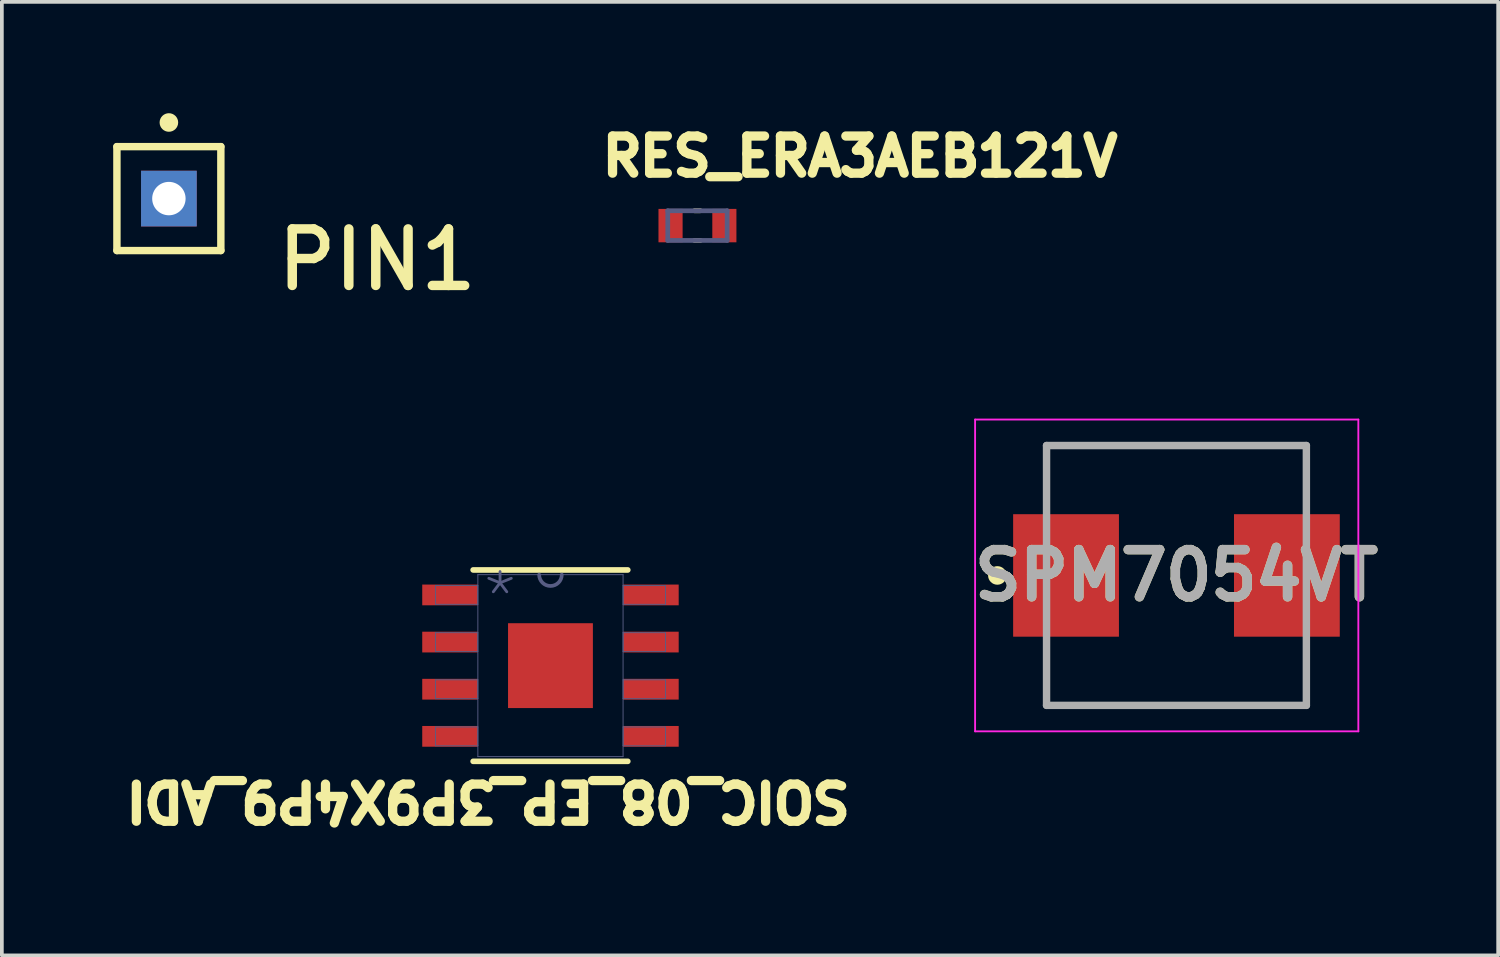
<source format=kicad_pcb>
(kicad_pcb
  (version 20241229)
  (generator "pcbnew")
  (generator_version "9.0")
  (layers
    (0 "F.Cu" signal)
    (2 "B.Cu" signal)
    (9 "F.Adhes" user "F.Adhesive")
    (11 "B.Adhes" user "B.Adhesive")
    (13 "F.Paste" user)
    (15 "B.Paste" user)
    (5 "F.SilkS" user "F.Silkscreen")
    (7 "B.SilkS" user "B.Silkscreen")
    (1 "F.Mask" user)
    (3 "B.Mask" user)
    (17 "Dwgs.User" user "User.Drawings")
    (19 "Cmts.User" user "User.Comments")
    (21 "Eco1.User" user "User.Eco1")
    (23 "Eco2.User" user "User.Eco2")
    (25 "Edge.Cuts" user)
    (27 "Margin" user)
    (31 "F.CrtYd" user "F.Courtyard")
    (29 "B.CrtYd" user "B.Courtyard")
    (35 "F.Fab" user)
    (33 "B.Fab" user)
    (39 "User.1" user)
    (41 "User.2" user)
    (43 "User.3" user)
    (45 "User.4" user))
  (footprint "SPM7054VT"
    (layer "F.Cu")
    (at 28.645 12.453)
    (property "Reference" "SPM7054VT" (at 0 0 0) (layer "F.SilkS") (effects (font (size 1.27 1.27) (thickness 0.254))))
    (attr smd)
    (fp_line (start -3.5 -3.5) (end 3.5 -3.5) (stroke (width 0.1) (type solid)) (layer "F.SilkS"))
    (fp_line (start 3.5 3.5) (end -3.5 3.5) (stroke (width 0.1) (type solid)) (layer "F.SilkS"))
    (fp_circle (center -4.825 0) (end -4.825 0.05) (stroke (width 0.2) (type solid)) (fill no) (layer "F.SilkS"))
    (fp_line (start -5.425 -4.2) (end 4.9 -4.2) (stroke (width 0.05) (type solid)) (layer "F.CrtYd"))
    (fp_line (start -5.425 4.2) (end -5.425 -4.2) (stroke (width 0.05) (type solid)) (layer "F.CrtYd"))
    (fp_line (start 4.9 -4.2) (end 4.9 4.2) (stroke (width 0.05) (type solid)) (layer "F.CrtYd"))
    (fp_line (start 4.9 4.2) (end -5.425 4.2) (stroke (width 0.05) (type solid)) (layer "F.CrtYd"))
    (fp_line (start -3.5 -3.5) (end 3.5 -3.5) (stroke (width 0.2) (type solid)) (layer "F.Fab"))
    (fp_line (start -3.5 3.5) (end -3.5 -3.5) (stroke (width 0.2) (type solid)) (layer "F.Fab"))
    (fp_line (start 3.5 -3.5) (end 3.5 3.5) (stroke (width 0.2) (type solid)) (layer "F.Fab"))
    (fp_line (start 3.5 3.5) (end -3.5 3.5) (stroke (width 0.2) (type solid)) (layer "F.Fab"))
    (fp_text user "${REFERENCE}" (at 0 0 0) (layer "F.Fab") (effects (font (size 1.27 1.27) (thickness 0.254))))
    (pad "1" smd rect (at -2.975 0) (size 2.85 3.3) (layers "F.Cu" "F.Mask" "F.Paste"))
    (pad "2" smd rect (at 2.975 0) (size 2.85 3.3) (layers "F.Cu" "F.Mask" "F.Paste")))
  (footprint "PIN1"
    (layer "F.Cu")
    (at 1.5 2.3)
    (property "Reference" "PIN1" (at 2.794 2.54 0) (unlocked yes) (layer "F.SilkS") (effects (font (size 1.524 1.524) (thickness 0.254)) (justify left bottom)))
    (fp_line (start -1.4 -1.4) (end 1.4 -1.4) (stroke (width 0.2) (type solid)) (layer "F.SilkS"))
    (fp_line (start -1.4 1.4) (end -1.4 -1.4) (stroke (width 0.2) (type solid)) (layer "F.SilkS"))
    (fp_line (start -1.4 1.4) (end 1.4 1.4) (stroke (width 0.2) (type solid)) (layer "F.SilkS"))
    (fp_line (start 1.4 1.4) (end 1.4 -1.4) (stroke (width 0.2) (type solid)) (layer "F.SilkS"))
    (fp_circle (center 0 -2.05) (end 0 -2.175) (stroke (width 0.25) (type solid)) (fill no) (layer "F.SilkS"))
    (pad "1" thru_hole rect (at 0 0) (size 1.5 1.5) (drill 0.9) (layers "*.Cu" "*.Mask")))
  (footprint "SOIC_08_EP_3P9X4P9_ADI"
    (layer "F.Cu")
    (at 11.78 14.883)
    (property "Reference" "SOIC_08_EP_3P9X4P9_ADI" (at 8.199 3.056 180) (unlocked yes) (layer "F.SilkS") (effects (font (size 1 1) (thickness 0.254)) (justify left bottom)))
    (fp_line (start 2.083 -2.578) (end -2.083 -2.578) (stroke (width 0.152) (type solid)) (layer "F.SilkS"))
    (fp_line (start 2.083 2.578) (end -2.083 2.578) (stroke (width 0.152) (type solid)) (layer "F.SilkS"))
    (fp_line (start -3.708 -2.438) (end -3.708 2.438) (stroke (width 0.152) (type solid)) (layer "Eco1.User"))
    (fp_line (start -2.21 -2.705) (end -2.21 -2.438) (stroke (width 0.152) (type solid)) (layer "Eco1.User"))
    (fp_line (start -2.21 -2.438) (end -3.708 -2.438) (stroke (width 0.152) (type solid)) (layer "Eco1.User"))
    (fp_line (start -2.21 2.438) (end -3.708 2.438) (stroke (width 0.152) (type solid)) (layer "Eco1.User"))
    (fp_line (start -2.21 2.438) (end -2.21 2.705) (stroke (width 0.152) (type solid)) (layer "Eco1.User"))
    (fp_line (start 2.21 -2.705) (end -2.21 -2.705) (stroke (width 0.152) (type solid)) (layer "Eco1.User"))
    (fp_line (start 2.21 -2.705) (end 2.21 -2.438) (stroke (width 0.152) (type solid)) (layer "Eco1.User"))
    (fp_line (start 2.21 2.438) (end 2.21 2.705) (stroke (width 0.152) (type solid)) (layer "Eco1.User"))
    (fp_line (start 2.21 2.705) (end -2.21 2.705) (stroke (width 0.152) (type solid)) (layer "Eco1.User"))
    (fp_line (start 3.708 -2.438) (end 2.21 -2.438) (stroke (width 0.152) (type solid)) (layer "Eco1.User"))
    (fp_line (start 3.708 -2.438) (end 3.708 2.438) (stroke (width 0.152) (type solid)) (layer "Eco1.User"))
    (fp_line (start 3.708 2.438) (end 2.21 2.438) (stroke (width 0.152) (type solid)) (layer "Eco1.User"))
    (fp_line (start -3.099 -2.159) (end -3.099 -1.651) (stroke (width 0.025) (type solid)) (layer "B.Fab"))
    (fp_line (start -3.099 -0.889) (end -3.099 -0.381) (stroke (width 0.025) (type solid)) (layer "B.Fab"))
    (fp_line (start -3.099 0.381) (end -3.099 0.889) (stroke (width 0.025) (type solid)) (layer "B.Fab"))
    (fp_line (start -3.099 1.651) (end -3.099 2.159) (stroke (width 0.025) (type solid)) (layer "B.Fab"))
    (fp_line (start -1.956 -2.451) (end -1.956 2.451) (stroke (width 0.025) (type solid)) (layer "B.Fab"))
    (fp_line (start -1.956 -2.159) (end -3.099 -2.159) (stroke (width 0.025) (type solid)) (layer "B.Fab"))
    (fp_line (start -1.956 -2.159) (end -1.956 -1.651) (stroke (width 0.025) (type solid)) (layer "B.Fab"))
    (fp_line (start -1.956 -1.651) (end -3.099 -1.651) (stroke (width 0.025) (type solid)) (layer "B.Fab"))
    (fp_line (start -1.956 -0.889) (end -3.099 -0.889) (stroke (width 0.025) (type solid)) (layer "B.Fab"))
    (fp_line (start -1.956 -0.889) (end -1.956 -0.381) (stroke (width 0.025) (type solid)) (layer "B.Fab"))
    (fp_line (start -1.956 -0.381) (end -3.099 -0.381) (stroke (width 0.025) (type solid)) (layer "B.Fab"))
    (fp_line (start -1.956 0.381) (end -3.099 0.381) (stroke (width 0.025) (type solid)) (layer "B.Fab"))
    (fp_line (start -1.956 0.381) (end -1.956 0.889) (stroke (width 0.025) (type solid)) (layer "B.Fab"))
    (fp_line (start -1.956 0.889) (end -3.099 0.889) (stroke (width 0.025) (type solid)) (layer "B.Fab"))
    (fp_line (start -1.956 1.651) (end -3.099 1.651) (stroke (width 0.025) (type solid)) (layer "B.Fab"))
    (fp_line (start -1.956 1.651) (end -1.956 2.159) (stroke (width 0.025) (type solid)) (layer "B.Fab"))
    (fp_line (start -1.956 2.159) (end -3.099 2.159) (stroke (width 0.025) (type solid)) (layer "B.Fab"))
    (fp_line (start 1.956 -2.451) (end -1.956 -2.451) (stroke (width 0.025) (type solid)) (layer "B.Fab"))
    (fp_line (start 1.956 -2.451) (end 1.956 2.451) (stroke (width 0.025) (type solid)) (layer "B.Fab"))
    (fp_line (start 1.956 -2.159) (end 1.956 -1.651) (stroke (width 0.025) (type solid)) (layer "B.Fab"))
    (fp_line (start 1.956 -0.889) (end 1.956 -0.381) (stroke (width 0.025) (type solid)) (layer "B.Fab"))
    (fp_line (start 1.956 0.381) (end 1.956 0.889) (stroke (width 0.025) (type solid)) (layer "B.Fab"))
    (fp_line (start 1.956 1.651) (end 1.956 2.159) (stroke (width 0.025) (type solid)) (layer "B.Fab"))
    (fp_line (start 1.956 2.451) (end -1.956 2.451) (stroke (width 0.025) (type solid)) (layer "B.Fab"))
    (fp_line (start 3.099 -2.159) (end 1.956 -2.159) (stroke (width 0.025) (type solid)) (layer "B.Fab"))
    (fp_line (start 3.099 -2.159) (end 3.099 -1.651) (stroke (width 0.025) (type solid)) (layer "B.Fab"))
    (fp_line (start 3.099 -1.651) (end 1.956 -1.651) (stroke (width 0.025) (type solid)) (layer "B.Fab"))
    (fp_line (start 3.099 -0.889) (end 1.956 -0.889) (stroke (width 0.025) (type solid)) (layer "B.Fab"))
    (fp_line (start 3.099 -0.889) (end 3.099 -0.381) (stroke (width 0.025) (type solid)) (layer "B.Fab"))
    (fp_line (start 3.099 -0.381) (end 1.956 -0.381) (stroke (width 0.025) (type solid)) (layer "B.Fab"))
    (fp_line (start 3.099 0.381) (end 1.956 0.381) (stroke (width 0.025) (type solid)) (layer "B.Fab"))
    (fp_line (start 3.099 0.381) (end 3.099 0.889) (stroke (width 0.025) (type solid)) (layer "B.Fab"))
    (fp_line (start 3.099 0.889) (end 1.956 0.889) (stroke (width 0.025) (type solid)) (layer "B.Fab"))
    (fp_line (start 3.099 1.651) (end 1.956 1.651) (stroke (width 0.025) (type solid)) (layer "B.Fab"))
    (fp_line (start 3.099 1.651) (end 3.099 2.159) (stroke (width 0.025) (type solid)) (layer "B.Fab"))
    (fp_line (start 3.099 2.159) (end 1.956 2.159) (stroke (width 0.025) (type solid)) (layer "B.Fab"))
    (fp_arc (start 0.3048 -2.4511) (mid 0 -2.1463) (end -0.3048 -2.4511) (stroke (width 0.1) (type solid)) (layer "B.Fab"))
    (fp_line (start -5.245 -3.175) (end -5.245 -1.905) (stroke (width 0.025) (type solid)) (layer "User.7"))
    (fp_line (start -5.245 -1.905) (end -5.372 -2.159) (stroke (width 0.025) (type solid)) (layer "User.7"))
    (fp_line (start -5.245 -0.635) (end -5.372 -0.381) (stroke (width 0.025) (type solid)) (layer "User.7"))
    (fp_line (start -5.245 -0.635) (end -5.245 0.635) (stroke (width 0.025) (type solid)) (layer "User.7"))
    (fp_line (start -5.118 -2.159) (end -5.372 -2.159) (stroke (width 0.025) (type solid)) (layer "User.7"))
    (fp_line (start -5.118 -2.159) (end -5.245 -1.905) (stroke (width 0.025) (type solid)) (layer "User.7"))
    (fp_line (start -5.118 -0.381) (end -5.372 -0.381) (stroke (width 0.025) (type solid)) (layer "User.7"))
    (fp_line (start -5.118 -0.381) (end -5.245 -0.635) (stroke (width 0.025) (type solid)) (layer "User.7"))
    (fp_line (start -3.353 4.229) (end -3.353 4.483) (stroke (width 0.025) (type solid)) (layer "User.7"))
    (fp_line (start -3.099 -6.642) (end -3.099 0) (stroke (width 0.025) (type solid)) (layer "User.7"))
    (fp_line (start -3.099 0) (end -3.099 4.737) (stroke (width 0.025) (type solid)) (layer "User.7"))
    (fp_line (start -3.099 4.356) (end -4.369 4.356) (stroke (width 0.025) (type solid)) (layer "User.7"))
    (fp_line (start -3.099 4.356) (end -3.353 4.229) (stroke (width 0.025) (type solid)) (layer "User.7"))
    (fp_line (start -3.099 4.356) (end -3.353 4.483) (stroke (width 0.025) (type solid)) (layer "User.7"))
    (fp_line (start -2.845 -6.388) (end -3.099 -6.261) (stroke (width 0.025) (type solid)) (layer "User.7"))
    (fp_line (start -2.845 -6.388) (end -2.845 -6.134) (stroke (width 0.025) (type solid)) (layer "User.7"))
    (fp_line (start -2.845 -6.134) (end -3.099 -6.261) (stroke (width 0.025) (type solid)) (layer "User.7"))
    (fp_line (start -2.705 -1.905) (end -5.626 -1.905) (stroke (width 0.025) (type solid)) (layer "User.7"))
    (fp_line (start -2.705 -0.635) (end -5.626 -0.635) (stroke (width 0.025) (type solid)) (layer "User.7"))
    (fp_line (start -1.956 -4.737) (end -1.956 0) (stroke (width 0.025) (type solid)) (layer "User.7"))
    (fp_line (start -1.956 0) (end -1.956 4.737) (stroke (width 0.025) (type solid)) (layer "User.7"))
    (fp_line (start -1.702 -4.483) (end -1.956 -4.356) (stroke (width 0.025) (type solid)) (layer "User.7"))
    (fp_line (start -1.702 -4.483) (end -1.702 -4.229) (stroke (width 0.025) (type solid)) (layer "User.7"))
    (fp_line (start -1.702 -4.229) (end -1.956 -4.356) (stroke (width 0.025) (type solid)) (layer "User.7"))
    (fp_line (start -1.702 4.229) (end -1.956 4.356) (stroke (width 0.025) (type solid)) (layer "User.7"))
    (fp_line (start -1.702 4.229) (end -1.702 4.483) (stroke (width 0.025) (type solid)) (layer "User.7"))
    (fp_line (start -1.702 4.483) (end -1.956 4.356) (stroke (width 0.025) (type solid)) (layer "User.7"))
    (fp_line (start -0.686 4.356) (end -1.956 4.356) (stroke (width 0.025) (type solid)) (layer "User.7"))
    (fp_line (start 1.702 -4.483) (end 1.702 -4.229) (stroke (width 0.025) (type solid)) (layer "User.7"))
    (fp_line (start 1.956 -4.737) (end 1.956 0) (stroke (width 0.025) (type solid)) (layer "User.7"))
    (fp_line (start 1.956 -4.356) (end -1.956 -4.356) (stroke (width 0.025) (type solid)) (layer "User.7"))
    (fp_line (start 1.956 -4.356) (end 1.702 -4.483) (stroke (width 0.025) (type solid)) (layer "User.7"))
    (fp_line (start 1.956 -4.356) (end 1.702 -4.229) (stroke (width 0.025) (type solid)) (layer "User.7"))
    (fp_line (start 2.845 -6.388) (end 2.845 -6.134) (stroke (width 0.025) (type solid)) (layer "User.7"))
    (fp_line (start 3.099 -6.642) (end 3.099 0) (stroke (width 0.025) (type solid)) (layer "User.7"))
    (fp_line (start 3.099 -6.261) (end -3.099 -6.261) (stroke (width 0.025) (type solid)) (layer "User.7"))
    (fp_line (start 3.099 -6.261) (end 2.845 -6.388) (stroke (width 0.025) (type solid)) (layer "User.7"))
    (fp_line (start 3.099 -6.261) (end 2.845 -6.134) (stroke (width 0.025) (type solid)) (layer "User.7"))
    (fp_line (start 4.496 -2.451) (end 4.369 -2.197) (stroke (width 0.025) (type solid)) (layer "User.7"))
    (fp_line (start 4.496 -2.451) (end 4.496 2.451) (stroke (width 0.025) (type solid)) (layer "User.7"))
    (fp_line (start 4.496 2.451) (end 4.369 2.197) (stroke (width 0.025) (type solid)) (layer "User.7"))
    (fp_line (start 4.623 -2.197) (end 4.369 -2.197) (stroke (width 0.025) (type solid)) (layer "User.7"))
    (fp_line (start 4.623 -2.197) (end 4.496 -2.451) (stroke (width 0.025) (type solid)) (layer "User.7"))
    (fp_line (start 4.623 2.197) (end 4.369 2.197) (stroke (width 0.025) (type solid)) (layer "User.7"))
    (fp_line (start 4.623 2.197) (end 4.496 2.451) (stroke (width 0.025) (type solid)) (layer "User.7"))
    (fp_line (start 4.877 -2.451) (end 0 -2.451) (stroke (width 0.025) (type solid)) (layer "User.7"))
    (fp_line (start 4.877 2.451) (end 0 2.451) (stroke (width 0.025) (type solid)) (layer "User.7"))
    (fp_text user "*" (at -1.892 -1.105 0) (unlocked yes) (layer "B.Fab") (effects (font (size 1.27 1.27) (thickness 0.076)) (justify left bottom)))
    (pad "1" smd rect (at -2.705 -1.905) (size 1.499 0.559) (layers "F.Cu" "F.Mask" "F.Paste"))
    (pad "2" smd rect (at -2.705 -0.635) (size 1.499 0.559) (layers "F.Cu" "F.Mask" "F.Paste"))
    (pad "3" smd rect (at -2.705 0.635) (size 1.499 0.559) (layers "F.Cu" "F.Mask" "F.Paste"))
    (pad "4" smd rect (at -2.705 1.905) (size 1.499 0.559) (layers "F.Cu" "F.Mask" "F.Paste"))
    (pad "5" smd rect (at 2.705 1.905) (size 1.499 0.559) (layers "F.Cu" "F.Mask" "F.Paste"))
    (pad "6" smd rect (at 2.705 0.635) (size 1.499 0.559) (layers "F.Cu" "F.Mask" "F.Paste"))
    (pad "7" smd rect (at 2.705 -0.635) (size 1.499 0.559) (layers "F.Cu" "F.Mask" "F.Paste"))
    (pad "8" smd rect (at 2.705 -1.905) (size 1.499 0.559) (layers "F.Cu" "F.Mask" "F.Paste"))
    (pad "EPAD" smd rect (at 0 0) (size 2.286 2.286) (layers "F.Cu" "F.Mask" "F.Paste")))
  (footprint "RES_ERA3AEB121V"
    (layer "F.Cu")
    (at 15.74 3.028)
    (property "Reference" "RES_ERA3AEB121V" (at -2.69 -1.278 0) (unlocked yes) (layer "F.SilkS") (effects (font (size 1 1) (thickness 0.254)) (justify left bottom)))
    (fp_line (start -0.08 -0.4) (end 0.08 -0.4) (stroke (width 0.127) (type solid)) (layer "F.SilkS"))
    (fp_line (start -0.08 0.4) (end 0.08 0.4) (stroke (width 0.127) (type solid)) (layer "F.SilkS"))
    (fp_line (start -1.3 -0.7) (end 1.3 -0.7) (stroke (width 0.05) (type solid)) (layer "Eco1.User"))
    (fp_line (start -1.3 0.7) (end -1.3 -0.7) (stroke (width 0.05) (type solid)) (layer "Eco1.User"))
    (fp_line (start -1.3 0.7) (end 1.3 0.7) (stroke (width 0.05) (type solid)) (layer "Eco1.User"))
    (fp_line (start 1.3 0.7) (end 1.3 -0.7) (stroke (width 0.05) (type solid)) (layer "Eco1.User"))
    (fp_line (start -0.8 -0.4) (end 0.8 -0.4) (stroke (width 0.127) (type solid)) (layer "B.Fab"))
    (fp_line (start -0.8 0.4) (end -0.8 -0.4) (stroke (width 0.127) (type solid)) (layer "B.Fab"))
    (fp_line (start -0.8 0.4) (end 0.8 0.4) (stroke (width 0.127) (type solid)) (layer "B.Fab"))
    (fp_line (start 0.8 0.4) (end 0.8 -0.4) (stroke (width 0.127) (type solid)) (layer "B.Fab"))
    (pad "1" smd rect (at -0.725 0) (size 0.65 0.9) (layers "F.Cu" "F.Mask" "F.Paste"))
    (pad "2" smd rect (at 0.725 0) (size 0.65 0.9) (layers "F.Cu" "F.Mask" "F.Paste")))
  (gr_rect
    (start -3 -3)
    (end 37.312 22.689)
    (stroke (width 0.1) (type default))
    (fill no)
    (layer "Edge.Cuts")))
</source>
